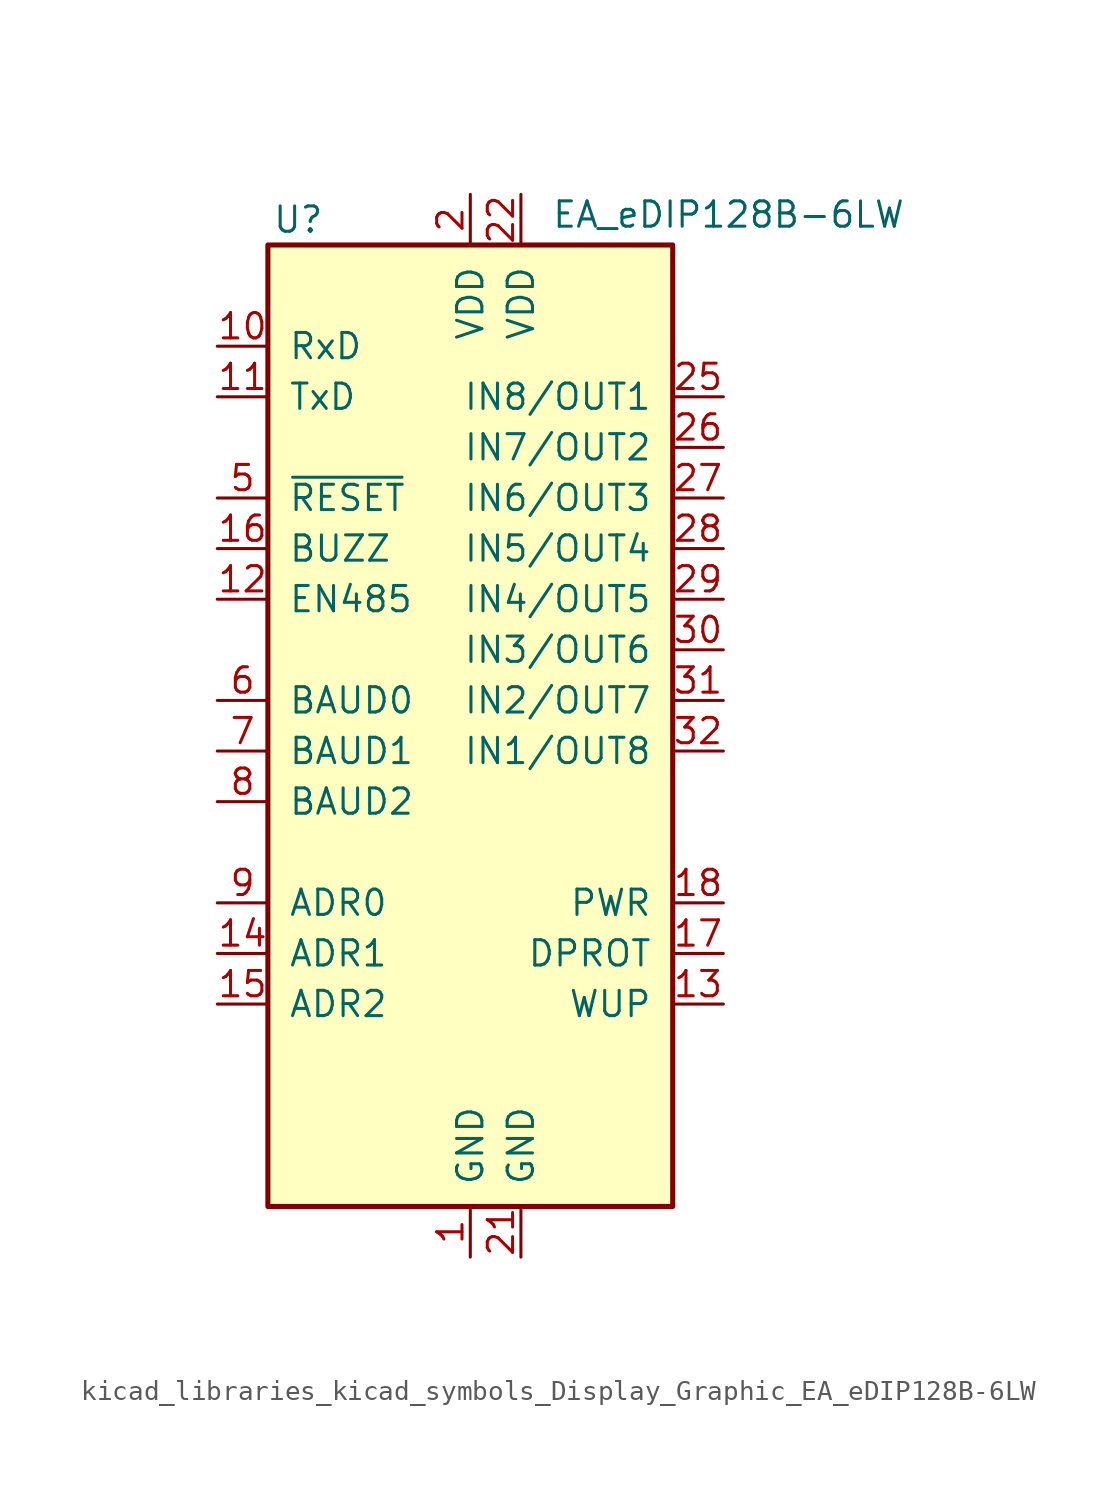
<source format=kicad_sym>
(kicad_symbol_lib
  (version 20220914)
  (generator kicad_symbol_editor)
  (symbol "kicad_libraries_kicad_symbols_Display_Graphic_EA_eDIP128B-6LW"
    (pin_names
      (offset 1.016))
    (property "Reference" "U"
      (at -8.636 24.13 0)
      (effects (font (size 1.27 1.27))))
    (property "Value" "EA_eDIP128B-6LW"
      (at 4.064 24.384 0)
      (effects (font (size 1.27 1.27)) (justify left)))
    (symbol "kicad_libraries_kicad_symbols_Display_Graphic_EA_eDIP128B-6LW_0_1"
      (rectangle (start -10.16 22.86) (end 10.16 -25.4) (stroke (width 0.254) (type default)) (fill (type background))))
    (symbol "kicad_libraries_kicad_symbols_Display_Graphic_EA_eDIP128B-6LW_1_1"
      (pin power_in line (at 0 -27.94 90) (length 2.54) (name "GND" (effects (font (size 1.27 1.27)))) (number "1" (effects (font (size 1.27 1.27)))))
      (pin input line (at -12.7 17.78 0) (length 2.54) (name "RxD" (effects (font (size 1.27 1.27)))) (number "10" (effects (font (size 1.27 1.27)))))
      (pin output line (at -12.7 15.24 0) (length 2.54) (name "TxD" (effects (font (size 1.27 1.27)))) (number "11" (effects (font (size 1.27 1.27)))))
      (pin output line (at -12.7 5.08 0) (length 2.54) (name "EN485" (effects (font (size 1.27 1.27)))) (number "12" (effects (font (size 1.27 1.27)))))
      (pin input line (at 12.7 -15.24 180) (length 2.54) (name "WUP" (effects (font (size 1.27 1.27)))) (number "13" (effects (font (size 1.27 1.27)))))
      (pin input line (at -12.7 -12.7 0) (length 2.54) (name "ADR1" (effects (font (size 1.27 1.27)))) (number "14" (effects (font (size 1.27 1.27)))))
      (pin input line (at -12.7 -15.24 0) (length 2.54) (name "ADR2" (effects (font (size 1.27 1.27)))) (number "15" (effects (font (size 1.27 1.27)))))
      (pin output line (at -12.7 7.62 0) (length 2.54) (name "BUZZ" (effects (font (size 1.27 1.27)))) (number "16" (effects (font (size 1.27 1.27)))))
      (pin input line (at 12.7 -12.7 180) (length 2.54) (name "DPROT" (effects (font (size 1.27 1.27)))) (number "17" (effects (font (size 1.27 1.27)))))
      (pin output line (at 12.7 -10.16 180) (length 2.54) (name "PWR" (effects (font (size 1.27 1.27)))) (number "18" (effects (font (size 1.27 1.27)))))
      (pin no_connect line (at -10.16 -22.86 0) (length 2.54) hide (name "NC" (effects (font (size 1.27 1.27)))) (number "19" (effects (font (size 1.27 1.27)))))
      (pin power_in line (at 0 25.4 270) (length 2.54) (name "VDD" (effects (font (size 1.27 1.27)))) (number "2" (effects (font (size 1.27 1.27)))))
      (pin power_in line (at 2.54 -27.94 90) (length 2.54) (name "GND" (effects (font (size 1.27 1.27)))) (number "21" (effects (font (size 1.27 1.27)))))
      (pin power_in line (at 2.54 25.4 270) (length 2.54) (name "VDD" (effects (font (size 1.27 1.27)))) (number "22" (effects (font (size 1.27 1.27)))))
      (pin no_connect line (at 10.16 -17.78 180) (length 2.54) hide (name "NC" (effects (font (size 1.27 1.27)))) (number "23" (effects (font (size 1.27 1.27)))))
      (pin no_connect line (at 10.16 -20.32 180) (length 2.54) hide (name "NC" (effects (font (size 1.27 1.27)))) (number "24" (effects (font (size 1.27 1.27)))))
      (pin bidirectional line (at 12.7 15.24 180) (length 2.54) (name "IN8/OUT1" (effects (font (size 1.27 1.27)))) (number "25" (effects (font (size 1.27 1.27)))))
      (pin bidirectional line (at 12.7 12.7 180) (length 2.54) (name "IN7/OUT2" (effects (font (size 1.27 1.27)))) (number "26" (effects (font (size 1.27 1.27)))))
      (pin bidirectional line (at 12.7 10.16 180) (length 2.54) (name "IN6/OUT3" (effects (font (size 1.27 1.27)))) (number "27" (effects (font (size 1.27 1.27)))))
      (pin bidirectional line (at 12.7 7.62 180) (length 2.54) (name "IN5/OUT4" (effects (font (size 1.27 1.27)))) (number "28" (effects (font (size 1.27 1.27)))))
      (pin bidirectional line (at 12.7 5.08 180) (length 2.54) (name "IN4/OUT5" (effects (font (size 1.27 1.27)))) (number "29" (effects (font (size 1.27 1.27)))))
      (pin no_connect line (at -10.16 -17.78 0) (length 2.54) hide (name "NC" (effects (font (size 1.27 1.27)))) (number "3" (effects (font (size 1.27 1.27)))))
      (pin bidirectional line (at 12.7 2.54 180) (length 2.54) (name "IN3/OUT6" (effects (font (size 1.27 1.27)))) (number "30" (effects (font (size 1.27 1.27)))))
      (pin bidirectional line (at 12.7 0 180) (length 2.54) (name "IN2/OUT7" (effects (font (size 1.27 1.27)))) (number "31" (effects (font (size 1.27 1.27)))))
      (pin bidirectional line (at 12.7 -2.54 180) (length 2.54) (name "IN1/OUT8" (effects (font (size 1.27 1.27)))) (number "32" (effects (font (size 1.27 1.27)))))
      (pin no_connect line (at -10.16 -20.32 0) (length 2.54) hide (name "NC" (effects (font (size 1.27 1.27)))) (number "4" (effects (font (size 1.27 1.27)))))
      (pin input line (at -12.7 10.16 0) (length 2.54) (name "~{RESET}" (effects (font (size 1.27 1.27)))) (number "5" (effects (font (size 1.27 1.27)))))
      (pin input line (at -12.7 0 0) (length 2.54) (name "BAUD0" (effects (font (size 1.27 1.27)))) (number "6" (effects (font (size 1.27 1.27)))))
      (pin input line (at -12.7 -2.54 0) (length 2.54) (name "BAUD1" (effects (font (size 1.27 1.27)))) (number "7" (effects (font (size 1.27 1.27)))))
      (pin input line (at -12.7 -5.08 0) (length 2.54) (name "BAUD2" (effects (font (size 1.27 1.27)))) (number "8" (effects (font (size 1.27 1.27)))))
      (pin input line (at -12.7 -10.16 0) (length 2.54) (name "ADR0" (effects (font (size 1.27 1.27)))) (number "9" (effects (font (size 1.27 1.27))))))))
</source>
